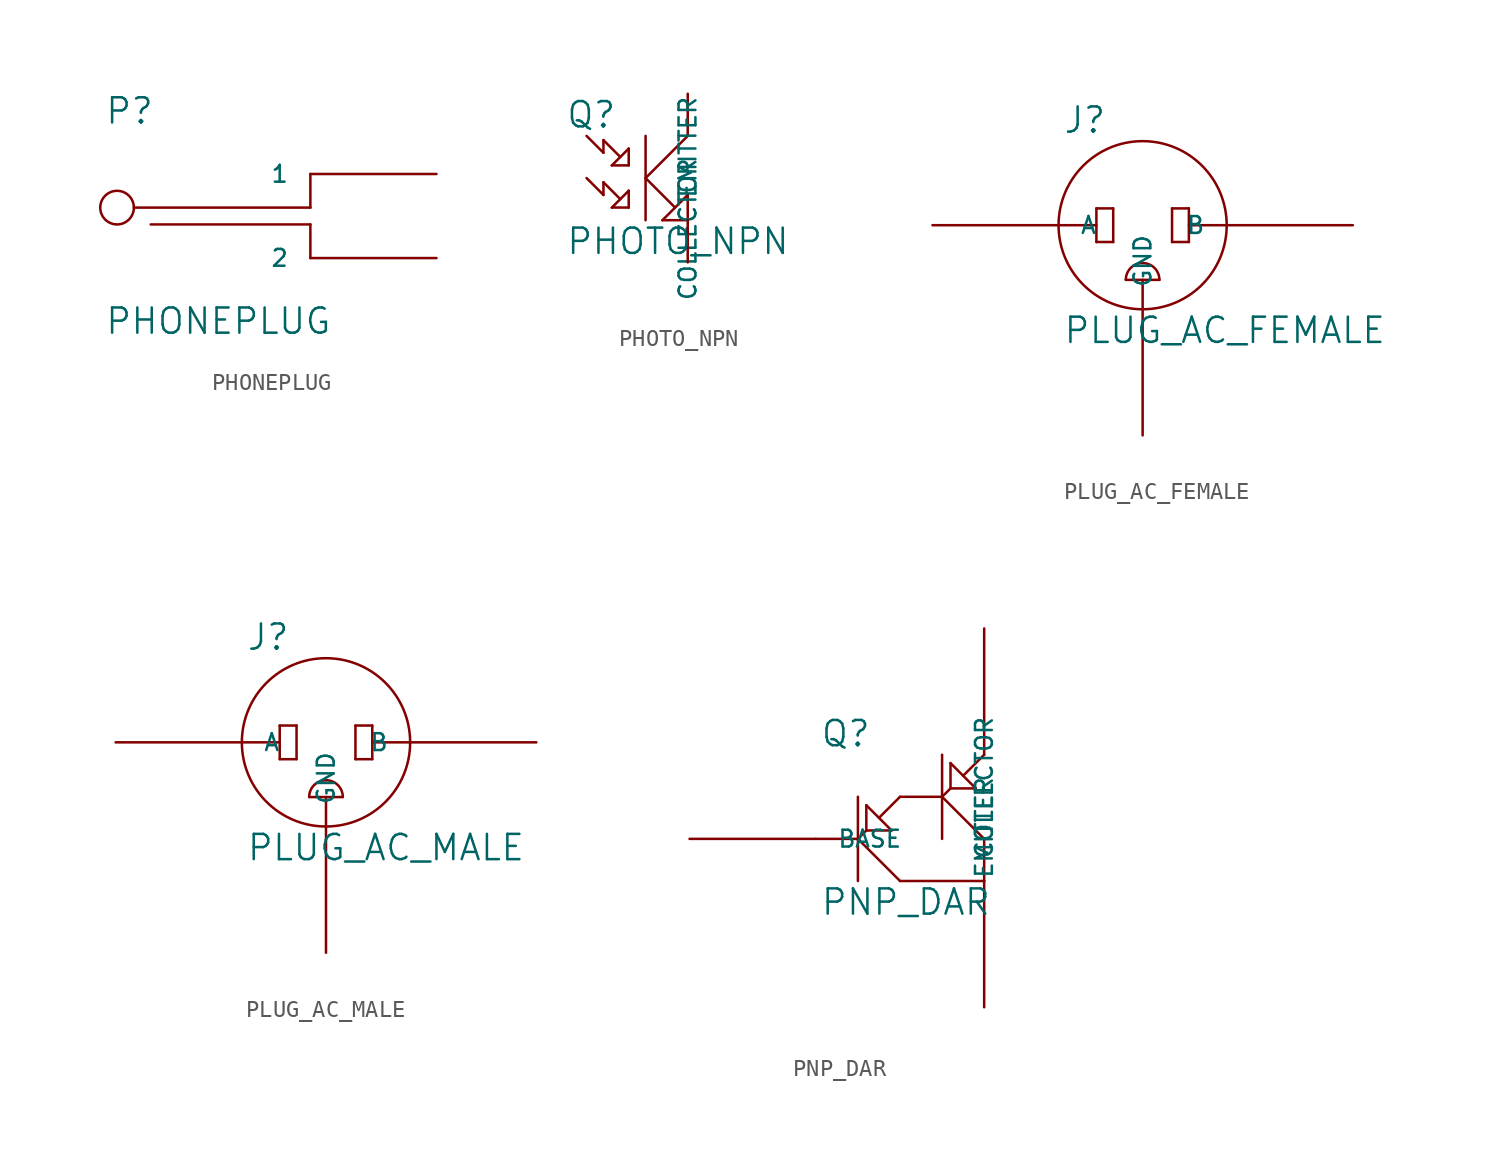
<source format=kicad_sym>
(kicad_symbol_lib
  (version 20231120)
  (generator "kicad_symbol_editor")
  (generator_version "8.0")
  (symbol "PHONEPLUG"
    (pin_names
      (offset 1.27))
    (property "Reference" "P"
      (at 0.254 0.381 0)
      (effects (font (size 1.524 1.524)) (justify left bottom)))
    (property "Value" "PHONEPLUG"
      (at 0.254 -10.541 0)
      (effects (font (size 1.524 1.524)) (justify left top)))
    (symbol "PHONEPLUG_0_1"
      (polyline (pts (xy 2.032 -4.572) (xy 12.7 -4.572)) (stroke (width 0) (type solid)) (fill (type none)))
      (polyline (pts (xy 12.7 -7.62) (xy 12.7 -5.588)) (stroke (width 0) (type solid)) (fill (type none)))
      (polyline (pts (xy 12.7 -5.588) (xy 3.048 -5.588)) (stroke (width 0) (type solid)) (fill (type none)))
      (polyline (pts (xy 12.7 -4.572) (xy 12.7 -2.54)) (stroke (width 0) (type solid)) (fill (type none)))
      (circle (center 1.016 -4.572) (radius 1.016) (stroke (width 0) (type solid)) (fill (type none))))
    (symbol "PHONEPLUG_1_1"
      (pin passive line (at 20.32 -2.54 180) (length 7.62) (name "1" (effects (font (size 1.016 1.016)))) (number "~" (effects (font (size 1.27 1.27)))))
      (pin passive line (at 20.32 -7.62 180) (length 7.62) (name "2" (effects (font (size 1.016 1.016)))) (number "~" (effects (font (size 1.27 1.27)))))))
  (symbol "PHOTO_NPN"
    (pin_names
      (offset 1.27))
    (property "Reference" "Q"
      (at 0.254 0.381 0)
      (effects (font (size 1.524 1.524)) (justify left bottom)))
    (property "Value" "PHOTO_NPN"
      (at 0.254 -5.461 0)
      (effects (font (size 1.524 1.524)) (justify left top)))
    (symbol "PHOTO_NPN_0_1"
      (polyline (pts (xy 2.54 -3.556) (xy 1.524 -2.54)) (stroke (width 0) (type solid)) (fill (type none)))
      (polyline (pts (xy 2.54 -2.794) (xy 2.54 -3.556)) (stroke (width 0) (type solid)) (fill (type none)))
      (polyline (pts (xy 2.54 -1.016) (xy 1.524 0)) (stroke (width 0) (type solid)) (fill (type none)))
      (polyline (pts (xy 2.54 -0.254) (xy 2.54 -1.016)) (stroke (width 0) (type solid)) (fill (type none)))
      (polyline (pts (xy 3.048 -4.318) (xy 4.064 -4.318)) (stroke (width 0) (type solid)) (fill (type none)))
      (polyline (pts (xy 3.048 -1.778) (xy 4.064 -1.778)) (stroke (width 0) (type solid)) (fill (type none)))
      (polyline (pts (xy 3.556 -3.81) (xy 2.54 -2.794)) (stroke (width 0) (type solid)) (fill (type none)))
      (polyline (pts (xy 3.556 -1.27) (xy 2.54 -0.254)) (stroke (width 0) (type solid)) (fill (type none)))
      (polyline (pts (xy 4.064 -4.318) (xy 4.064 -3.302)) (stroke (width 0) (type solid)) (fill (type none)))
      (polyline (pts (xy 4.064 -3.302) (xy 3.048 -4.318)) (stroke (width 0) (type solid)) (fill (type none)))
      (polyline (pts (xy 4.064 -1.778) (xy 4.064 -0.762)) (stroke (width 0) (type solid)) (fill (type none)))
      (polyline (pts (xy 4.064 -0.762) (xy 3.048 -1.778)) (stroke (width 0) (type solid)) (fill (type none)))
      (polyline (pts (xy 5.08 -5.08) (xy 5.08 0)) (stroke (width 0) (type solid)) (fill (type none)))
      (polyline (pts (xy 5.08 -2.54) (xy 6.858 -4.318)) (stroke (width 0) (type solid)) (fill (type none)))
      (polyline (pts (xy 6.096 -5.08) (xy 7.62 -5.08)) (stroke (width 0) (type solid)) (fill (type none)))
      (polyline (pts (xy 7.62 -5.08) (xy 7.62 -3.556)) (stroke (width 0) (type solid)) (fill (type none)))
      (polyline (pts (xy 7.62 -3.556) (xy 6.096 -5.08)) (stroke (width 0) (type solid)) (fill (type none)))
      (polyline (pts (xy 7.62 0) (xy 5.08 -2.54)) (stroke (width 0) (type solid)) (fill (type none))))
    (symbol "PHOTO_NPN_1_1"
      (pin passive line (at 7.62 2.54 270) (length 2.54) (name "COLLECTOR" (effects (font (size 1.016 1.016)))) (number "~" (effects (font (size 1.27 1.27)))))
      (pin passive line (at 7.62 -7.62 90) (length 2.54) (name "EMITTER" (effects (font (size 1.016 1.016)))) (number "~" (effects (font (size 1.27 1.27)))))))
  (symbol "PLUG_AC_FEMALE"
    (pin_names
      (offset 1.27))
    (property "Reference" "J"
      (at 0.254 0.381 0)
      (effects (font (size 1.524 1.524)) (justify left bottom)))
    (property "Value" "PLUG_AC_FEMALE"
      (at 0.254 -10.541 0)
      (effects (font (size 1.524 1.524)) (justify left top)))
    (symbol "PLUG_AC_FEMALE_0_1"
      (polyline (pts (xy 2.286 -6.096) (xy 2.286 -4.064)) (stroke (width 0) (type solid)) (fill (type none)))
      (polyline (pts (xy 2.286 -5.08) (xy 0 -5.08)) (stroke (width 0) (type solid)) (fill (type none)))
      (polyline (pts (xy 2.286 -4.064) (xy 3.302 -4.064)) (stroke (width 0) (type solid)) (fill (type none)))
      (polyline (pts (xy 3.302 -6.096) (xy 2.286 -6.096)) (stroke (width 0) (type solid)) (fill (type none)))
      (polyline (pts (xy 3.302 -4.064) (xy 3.302 -6.096)) (stroke (width 0) (type solid)) (fill (type none)))
      (polyline (pts (xy 5.08 -8.382) (xy 5.08 -10.16)) (stroke (width 0) (type solid)) (fill (type none)))
      (polyline (pts (xy 6.096 -8.382) (xy 4.064 -8.382)) (stroke (width 0) (type solid)) (fill (type none)))
      (polyline (pts (xy 6.858 -6.096) (xy 6.858 -4.064)) (stroke (width 0) (type solid)) (fill (type none)))
      (polyline (pts (xy 6.858 -4.064) (xy 7.874 -4.064)) (stroke (width 0) (type solid)) (fill (type none)))
      (polyline (pts (xy 7.874 -6.096) (xy 6.858 -6.096)) (stroke (width 0) (type solid)) (fill (type none)))
      (polyline (pts (xy 7.874 -5.08) (xy 10.16 -5.08)) (stroke (width 0) (type solid)) (fill (type none)))
      (polyline (pts (xy 7.874 -4.064) (xy 7.874 -6.096)) (stroke (width 0) (type solid)) (fill (type none)))
      (arc (start 5.08 -7.366) (mid 4.3616 -7.6636) (end 4.064 -8.382) (stroke (width 0) (type solid)) (fill (type none)))
      (circle (center 5.08 -5.08) (radius 5.08) (stroke (width 0) (type solid)) (fill (type none)))
      (arc (start 6.096 -8.382) (mid 5.7984 -7.6636) (end 5.08 -7.366) (stroke (width 0) (type solid)) (fill (type none))))
    (symbol "PLUG_AC_FEMALE_1_1"
      (pin passive line (at -7.62 -5.08 0) (length 7.62) (name "A" (effects (font (size 1.016 1.016)))) (number "~" (effects (font (size 1.27 1.27)))))
      (pin passive line (at 17.78 -5.08 180) (length 7.62) (name "B" (effects (font (size 1.016 1.016)))) (number "~" (effects (font (size 1.27 1.27)))))
      (pin passive line (at 5.08 -17.78 90) (length 7.62) (name "GND" (effects (font (size 1.016 1.016)))) (number "~" (effects (font (size 1.27 1.27)))))))
  (symbol "PLUG_AC_MALE"
    (pin_names
      (offset 1.27))
    (property "Reference" "J"
      (at 0.254 0.381 0)
      (effects (font (size 1.524 1.524)) (justify left bottom)))
    (property "Value" "PLUG_AC_MALE"
      (at 0.254 -10.541 0)
      (effects (font (size 1.524 1.524)) (justify left top)))
    (symbol "PLUG_AC_MALE_0_1"
      (polyline (pts (xy 2.286 -6.096) (xy 2.286 -4.064)) (stroke (width 0) (type solid)) (fill (type none)))
      (polyline (pts (xy 2.286 -5.08) (xy 0 -5.08)) (stroke (width 0) (type solid)) (fill (type none)))
      (polyline (pts (xy 2.286 -4.064) (xy 3.302 -4.064)) (stroke (width 0) (type solid)) (fill (type none)))
      (polyline (pts (xy 3.302 -6.096) (xy 2.286 -6.096)) (stroke (width 0) (type solid)) (fill (type none)))
      (polyline (pts (xy 3.302 -4.064) (xy 3.302 -6.096)) (stroke (width 0) (type solid)) (fill (type none)))
      (polyline (pts (xy 5.08 -8.382) (xy 5.08 -10.16)) (stroke (width 0) (type solid)) (fill (type none)))
      (polyline (pts (xy 6.096 -8.382) (xy 4.064 -8.382)) (stroke (width 0) (type solid)) (fill (type none)))
      (polyline (pts (xy 6.858 -6.096) (xy 6.858 -4.064)) (stroke (width 0) (type solid)) (fill (type none)))
      (polyline (pts (xy 6.858 -4.064) (xy 7.874 -4.064)) (stroke (width 0) (type solid)) (fill (type none)))
      (polyline (pts (xy 7.874 -6.096) (xy 6.858 -6.096)) (stroke (width 0) (type solid)) (fill (type none)))
      (polyline (pts (xy 7.874 -5.08) (xy 10.16 -5.08)) (stroke (width 0) (type solid)) (fill (type none)))
      (polyline (pts (xy 7.874 -4.064) (xy 7.874 -6.096)) (stroke (width 0) (type solid)) (fill (type none)))
      (arc (start 5.08 -7.366) (mid 4.3616 -7.6636) (end 4.064 -8.382) (stroke (width 0) (type solid)) (fill (type none)))
      (circle (center 5.08 -5.08) (radius 5.08) (stroke (width 0) (type solid)) (fill (type none)))
      (arc (start 6.096 -8.382) (mid 5.7984 -7.6636) (end 5.08 -7.366) (stroke (width 0) (type solid)) (fill (type none))))
    (symbol "PLUG_AC_MALE_1_1"
      (pin passive line (at -7.62 -5.08 0) (length 7.62) (name "A" (effects (font (size 1.016 1.016)))) (number "~" (effects (font (size 1.27 1.27)))))
      (pin passive line (at 17.78 -5.08 180) (length 7.62) (name "B" (effects (font (size 1.016 1.016)))) (number "~" (effects (font (size 1.27 1.27)))))
      (pin passive line (at 5.08 -17.78 90) (length 7.62) (name "GND" (effects (font (size 1.016 1.016)))) (number "~" (effects (font (size 1.27 1.27)))))))
  (symbol "PNP_DAR"
    (pin_names
      (offset 1.27))
    (property "Reference" "Q"
      (at 0.254 0.381 0)
      (effects (font (size 1.524 1.524)) (justify left bottom)))
    (property "Value" "PNP_DAR"
      (at 0.254 -8.001 0)
      (effects (font (size 1.524 1.524)) (justify left top)))
    (symbol "PNP_DAR_0_1"
      (polyline (pts (xy 0 -5.08) (xy 2.54 -5.08)) (stroke (width 0) (type solid)) (fill (type none)))
      (polyline (pts (xy 2.54 -7.62) (xy 2.54 -2.54)) (stroke (width 0) (type solid)) (fill (type none)))
      (polyline (pts (xy 2.54 -5.08) (xy 5.08 -7.62)) (stroke (width 0) (type solid)) (fill (type none)))
      (polyline (pts (xy 3.048 -4.572) (xy 2.54 -5.08)) (stroke (width 0) (type solid)) (fill (type none)))
      (polyline (pts (xy 3.048 -4.572) (xy 3.048 -3.048)) (stroke (width 0) (type solid)) (fill (type none)))
      (polyline (pts (xy 3.048 -3.048) (xy 4.572 -4.572)) (stroke (width 0) (type solid)) (fill (type none)))
      (polyline (pts (xy 3.81 -3.81) (xy 5.08 -2.54)) (stroke (width 0) (type solid)) (fill (type none)))
      (polyline (pts (xy 4.572 -4.572) (xy 3.048 -4.572)) (stroke (width 0) (type solid)) (fill (type none)))
      (polyline (pts (xy 5.08 -7.62) (xy 10.16 -7.62)) (stroke (width 0) (type solid)) (fill (type none)))
      (polyline (pts (xy 5.08 -2.54) (xy 7.62 -2.54)) (stroke (width 0) (type solid)) (fill (type none)))
      (polyline (pts (xy 7.62 -5.08) (xy 7.62 0)) (stroke (width 0) (type solid)) (fill (type none)))
      (polyline (pts (xy 7.62 -2.54) (xy 8.128 -2.032)) (stroke (width 0) (type solid)) (fill (type none)))
      (polyline (pts (xy 8.128 -2.032) (xy 8.128 -0.508)) (stroke (width 0) (type solid)) (fill (type none)))
      (polyline (pts (xy 8.128 -0.508) (xy 9.652 -2.032)) (stroke (width 0) (type solid)) (fill (type none)))
      (polyline (pts (xy 8.89 -1.27) (xy 10.16 0)) (stroke (width 0) (type solid)) (fill (type none)))
      (polyline (pts (xy 9.652 -2.032) (xy 8.128 -2.032)) (stroke (width 0) (type solid)) (fill (type none)))
      (polyline (pts (xy 10.16 -7.62) (xy 10.16 -5.08)) (stroke (width 0) (type solid)) (fill (type none)))
      (polyline (pts (xy 10.16 -5.08) (xy 7.62 -2.54)) (stroke (width 0) (type solid)) (fill (type none))))
    (symbol "PNP_DAR_1_1"
      (pin input line (at -7.62 -5.08 0) (length 7.62) (name "BASE" (effects (font (size 1.016 1.016)))) (number "~" (effects (font (size 1.27 1.27)))))
      (pin passive line (at 10.16 -15.24 90) (length 7.62) (name "COLLECTOR" (effects (font (size 1.016 1.016)))) (number "~" (effects (font (size 1.27 1.27)))))
      (pin passive line (at 10.16 7.62 270) (length 7.62) (name "EMITTER" (effects (font (size 1.016 1.016)))) (number "~" (effects (font (size 1.27 1.27))))))))
</source>
